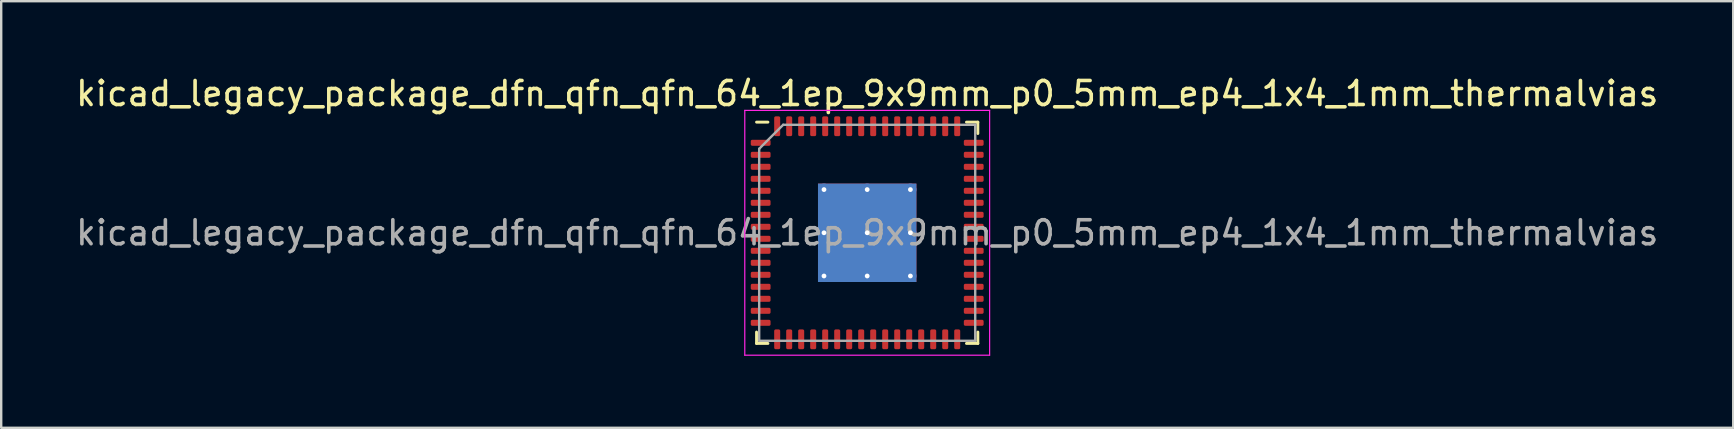
<source format=kicad_pcb>
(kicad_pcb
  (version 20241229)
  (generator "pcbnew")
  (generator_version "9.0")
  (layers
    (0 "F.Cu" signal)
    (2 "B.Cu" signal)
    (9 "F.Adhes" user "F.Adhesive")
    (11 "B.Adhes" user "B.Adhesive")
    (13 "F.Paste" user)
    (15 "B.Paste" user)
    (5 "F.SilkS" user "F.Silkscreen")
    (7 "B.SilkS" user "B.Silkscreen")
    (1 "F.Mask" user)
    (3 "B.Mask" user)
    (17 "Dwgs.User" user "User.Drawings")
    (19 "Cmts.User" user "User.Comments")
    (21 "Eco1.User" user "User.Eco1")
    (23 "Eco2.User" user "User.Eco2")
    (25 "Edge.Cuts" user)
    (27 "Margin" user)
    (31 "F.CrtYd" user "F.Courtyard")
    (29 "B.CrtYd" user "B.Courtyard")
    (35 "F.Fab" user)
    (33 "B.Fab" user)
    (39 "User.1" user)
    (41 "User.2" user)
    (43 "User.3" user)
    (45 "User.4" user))
  (footprint "kicad_legacy_package_dfn_qfn_qfn_64_1ep_9x9mm_p0_5mm_ep4_1x4_1mm_thermalvias"
    (layer "F.Cu")
    (at 33.077 6.648)
    (property "Reference" "kicad_legacy_package_dfn_qfn_qfn_64_1ep_9x9mm_p0_5mm_ep4_1x4_1mm_thermalvias" (at 0 -5.8 0) (layer "F.SilkS") (effects (font (size 1 1) (thickness 0.15))))
    (attr smd)
    (fp_line (start -4.61 4.61) (end -4.61 4.135) (stroke (width 0.12) (type solid)) (layer "F.SilkS"))
    (fp_line (start -4.135 -4.61) (end -4.61 -4.61) (stroke (width 0.12) (type solid)) (layer "F.SilkS"))
    (fp_line (start -4.135 4.61) (end -4.61 4.61) (stroke (width 0.12) (type solid)) (layer "F.SilkS"))
    (fp_line (start 4.135 -4.61) (end 4.61 -4.61) (stroke (width 0.12) (type solid)) (layer "F.SilkS"))
    (fp_line (start 4.135 4.61) (end 4.61 4.61) (stroke (width 0.12) (type solid)) (layer "F.SilkS"))
    (fp_line (start 4.61 -4.61) (end 4.61 -4.135) (stroke (width 0.12) (type solid)) (layer "F.SilkS"))
    (fp_line (start 4.61 4.61) (end 4.61 4.135) (stroke (width 0.12) (type solid)) (layer "F.SilkS"))
    (fp_line (start -5.1 -5.1) (end -5.1 5.1) (stroke (width 0.05) (type solid)) (layer "F.CrtYd"))
    (fp_line (start -5.1 5.1) (end 5.1 5.1) (stroke (width 0.05) (type solid)) (layer "F.CrtYd"))
    (fp_line (start 5.1 -5.1) (end -5.1 -5.1) (stroke (width 0.05) (type solid)) (layer "F.CrtYd"))
    (fp_line (start 5.1 5.1) (end 5.1 -5.1) (stroke (width 0.05) (type solid)) (layer "F.CrtYd"))
    (fp_line (start -4.5 -3.5) (end -3.5 -4.5) (stroke (width 0.1) (type solid)) (layer "F.Fab"))
    (fp_line (start -4.5 4.5) (end -4.5 -3.5) (stroke (width 0.1) (type solid)) (layer "F.Fab"))
    (fp_line (start -3.5 -4.5) (end 4.5 -4.5) (stroke (width 0.1) (type solid)) (layer "F.Fab"))
    (fp_line (start 4.5 -4.5) (end 4.5 4.5) (stroke (width 0.1) (type solid)) (layer "F.Fab"))
    (fp_line (start 4.5 4.5) (end -4.5 4.5) (stroke (width 0.1) (type solid)) (layer "F.Fab"))
    (fp_text user "${REFERENCE}" (at 0 0 0) (layer "F.Fab") (effects (font (size 1 1) (thickness 0.15))))
    (pad "" smd roundrect (at -0.9 -0.9) (size 1.653 1.653) (layers "F.Paste") (roundrect_rratio 0.151))
    (pad "" smd roundrect (at -0.9 0.9) (size 1.653 1.653) (layers "F.Paste") (roundrect_rratio 0.151))
    (pad "" smd roundrect (at 0.9 -0.9) (size 1.653 1.653) (layers "F.Paste") (roundrect_rratio 0.151))
    (pad "" smd roundrect (at 0.9 0.9) (size 1.653 1.653) (layers "F.Paste") (roundrect_rratio 0.151))
    (pad "1" smd roundrect (at -4.438 -3.75) (size 0.825 0.25) (layers "F.Cu" "F.Mask" "F.Paste") (roundrect_rratio 0.25))
    (pad "2" smd roundrect (at -4.438 -3.25) (size 0.825 0.25) (layers "F.Cu" "F.Mask" "F.Paste") (roundrect_rratio 0.25))
    (pad "3" smd roundrect (at -4.438 -2.75) (size 0.825 0.25) (layers "F.Cu" "F.Mask" "F.Paste") (roundrect_rratio 0.25))
    (pad "4" smd roundrect (at -4.438 -2.25) (size 0.825 0.25) (layers "F.Cu" "F.Mask" "F.Paste") (roundrect_rratio 0.25))
    (pad "5" smd roundrect (at -4.438 -1.75) (size 0.825 0.25) (layers "F.Cu" "F.Mask" "F.Paste") (roundrect_rratio 0.25))
    (pad "6" smd roundrect (at -4.438 -1.25) (size 0.825 0.25) (layers "F.Cu" "F.Mask" "F.Paste") (roundrect_rratio 0.25))
    (pad "7" smd roundrect (at -4.438 -0.75) (size 0.825 0.25) (layers "F.Cu" "F.Mask" "F.Paste") (roundrect_rratio 0.25))
    (pad "8" smd roundrect (at -4.438 -0.25) (size 0.825 0.25) (layers "F.Cu" "F.Mask" "F.Paste") (roundrect_rratio 0.25))
    (pad "9" smd roundrect (at -4.438 0.25) (size 0.825 0.25) (layers "F.Cu" "F.Mask" "F.Paste") (roundrect_rratio 0.25))
    (pad "10" smd roundrect (at -4.438 0.75) (size 0.825 0.25) (layers "F.Cu" "F.Mask" "F.Paste") (roundrect_rratio 0.25))
    (pad "11" smd roundrect (at -4.438 1.25) (size 0.825 0.25) (layers "F.Cu" "F.Mask" "F.Paste") (roundrect_rratio 0.25))
    (pad "12" smd roundrect (at -4.438 1.75) (size 0.825 0.25) (layers "F.Cu" "F.Mask" "F.Paste") (roundrect_rratio 0.25))
    (pad "13" smd roundrect (at -4.438 2.25) (size 0.825 0.25) (layers "F.Cu" "F.Mask" "F.Paste") (roundrect_rratio 0.25))
    (pad "14" smd roundrect (at -4.438 2.75) (size 0.825 0.25) (layers "F.Cu" "F.Mask" "F.Paste") (roundrect_rratio 0.25))
    (pad "15" smd roundrect (at -4.438 3.25) (size 0.825 0.25) (layers "F.Cu" "F.Mask" "F.Paste") (roundrect_rratio 0.25))
    (pad "16" smd roundrect (at -4.438 3.75) (size 0.825 0.25) (layers "F.Cu" "F.Mask" "F.Paste") (roundrect_rratio 0.25))
    (pad "17" smd roundrect (at -3.75 4.438) (size 0.25 0.825) (layers "F.Cu" "F.Mask" "F.Paste") (roundrect_rratio 0.25))
    (pad "18" smd roundrect (at -3.25 4.438) (size 0.25 0.825) (layers "F.Cu" "F.Mask" "F.Paste") (roundrect_rratio 0.25))
    (pad "19" smd roundrect (at -2.75 4.438) (size 0.25 0.825) (layers "F.Cu" "F.Mask" "F.Paste") (roundrect_rratio 0.25))
    (pad "20" smd roundrect (at -2.25 4.438) (size 0.25 0.825) (layers "F.Cu" "F.Mask" "F.Paste") (roundrect_rratio 0.25))
    (pad "21" smd roundrect (at -1.75 4.438) (size 0.25 0.825) (layers "F.Cu" "F.Mask" "F.Paste") (roundrect_rratio 0.25))
    (pad "22" smd roundrect (at -1.25 4.438) (size 0.25 0.825) (layers "F.Cu" "F.Mask" "F.Paste") (roundrect_rratio 0.25))
    (pad "23" smd roundrect (at -0.75 4.438) (size 0.25 0.825) (layers "F.Cu" "F.Mask" "F.Paste") (roundrect_rratio 0.25))
    (pad "24" smd roundrect (at -0.25 4.438) (size 0.25 0.825) (layers "F.Cu" "F.Mask" "F.Paste") (roundrect_rratio 0.25))
    (pad "25" smd roundrect (at 0.25 4.438) (size 0.25 0.825) (layers "F.Cu" "F.Mask" "F.Paste") (roundrect_rratio 0.25))
    (pad "26" smd roundrect (at 0.75 4.438) (size 0.25 0.825) (layers "F.Cu" "F.Mask" "F.Paste") (roundrect_rratio 0.25))
    (pad "27" smd roundrect (at 1.25 4.438) (size 0.25 0.825) (layers "F.Cu" "F.Mask" "F.Paste") (roundrect_rratio 0.25))
    (pad "28" smd roundrect (at 1.75 4.438) (size 0.25 0.825) (layers "F.Cu" "F.Mask" "F.Paste") (roundrect_rratio 0.25))
    (pad "29" smd roundrect (at 2.25 4.438) (size 0.25 0.825) (layers "F.Cu" "F.Mask" "F.Paste") (roundrect_rratio 0.25))
    (pad "30" smd roundrect (at 2.75 4.438) (size 0.25 0.825) (layers "F.Cu" "F.Mask" "F.Paste") (roundrect_rratio 0.25))
    (pad "31" smd roundrect (at 3.25 4.438) (size 0.25 0.825) (layers "F.Cu" "F.Mask" "F.Paste") (roundrect_rratio 0.25))
    (pad "32" smd roundrect (at 3.75 4.438) (size 0.25 0.825) (layers "F.Cu" "F.Mask" "F.Paste") (roundrect_rratio 0.25))
    (pad "33" smd roundrect (at 4.438 3.75) (size 0.825 0.25) (layers "F.Cu" "F.Mask" "F.Paste") (roundrect_rratio 0.25))
    (pad "34" smd roundrect (at 4.438 3.25) (size 0.825 0.25) (layers "F.Cu" "F.Mask" "F.Paste") (roundrect_rratio 0.25))
    (pad "35" smd roundrect (at 4.438 2.75) (size 0.825 0.25) (layers "F.Cu" "F.Mask" "F.Paste") (roundrect_rratio 0.25))
    (pad "36" smd roundrect (at 4.438 2.25) (size 0.825 0.25) (layers "F.Cu" "F.Mask" "F.Paste") (roundrect_rratio 0.25))
    (pad "37" smd roundrect (at 4.438 1.75) (size 0.825 0.25) (layers "F.Cu" "F.Mask" "F.Paste") (roundrect_rratio 0.25))
    (pad "38" smd roundrect (at 4.438 1.25) (size 0.825 0.25) (layers "F.Cu" "F.Mask" "F.Paste") (roundrect_rratio 0.25))
    (pad "39" smd roundrect (at 4.438 0.75) (size 0.825 0.25) (layers "F.Cu" "F.Mask" "F.Paste") (roundrect_rratio 0.25))
    (pad "40" smd roundrect (at 4.438 0.25) (size 0.825 0.25) (layers "F.Cu" "F.Mask" "F.Paste") (roundrect_rratio 0.25))
    (pad "41" smd roundrect (at 4.438 -0.25) (size 0.825 0.25) (layers "F.Cu" "F.Mask" "F.Paste") (roundrect_rratio 0.25))
    (pad "42" smd roundrect (at 4.438 -0.75) (size 0.825 0.25) (layers "F.Cu" "F.Mask" "F.Paste") (roundrect_rratio 0.25))
    (pad "43" smd roundrect (at 4.438 -1.25) (size 0.825 0.25) (layers "F.Cu" "F.Mask" "F.Paste") (roundrect_rratio 0.25))
    (pad "44" smd roundrect (at 4.438 -1.75) (size 0.825 0.25) (layers "F.Cu" "F.Mask" "F.Paste") (roundrect_rratio 0.25))
    (pad "45" smd roundrect (at 4.438 -2.25) (size 0.825 0.25) (layers "F.Cu" "F.Mask" "F.Paste") (roundrect_rratio 0.25))
    (pad "46" smd roundrect (at 4.438 -2.75) (size 0.825 0.25) (layers "F.Cu" "F.Mask" "F.Paste") (roundrect_rratio 0.25))
    (pad "47" smd roundrect (at 4.438 -3.25) (size 0.825 0.25) (layers "F.Cu" "F.Mask" "F.Paste") (roundrect_rratio 0.25))
    (pad "48" smd roundrect (at 4.438 -3.75) (size 0.825 0.25) (layers "F.Cu" "F.Mask" "F.Paste") (roundrect_rratio 0.25))
    (pad "49" smd roundrect (at 3.75 -4.438) (size 0.25 0.825) (layers "F.Cu" "F.Mask" "F.Paste") (roundrect_rratio 0.25))
    (pad "50" smd roundrect (at 3.25 -4.438) (size 0.25 0.825) (layers "F.Cu" "F.Mask" "F.Paste") (roundrect_rratio 0.25))
    (pad "51" smd roundrect (at 2.75 -4.438) (size 0.25 0.825) (layers "F.Cu" "F.Mask" "F.Paste") (roundrect_rratio 0.25))
    (pad "52" smd roundrect (at 2.25 -4.438) (size 0.25 0.825) (layers "F.Cu" "F.Mask" "F.Paste") (roundrect_rratio 0.25))
    (pad "53" smd roundrect (at 1.75 -4.438) (size 0.25 0.825) (layers "F.Cu" "F.Mask" "F.Paste") (roundrect_rratio 0.25))
    (pad "54" smd roundrect (at 1.25 -4.438) (size 0.25 0.825) (layers "F.Cu" "F.Mask" "F.Paste") (roundrect_rratio 0.25))
    (pad "55" smd roundrect (at 0.75 -4.438) (size 0.25 0.825) (layers "F.Cu" "F.Mask" "F.Paste") (roundrect_rratio 0.25))
    (pad "56" smd roundrect (at 0.25 -4.438) (size 0.25 0.825) (layers "F.Cu" "F.Mask" "F.Paste") (roundrect_rratio 0.25))
    (pad "57" smd roundrect (at -0.25 -4.438) (size 0.25 0.825) (layers "F.Cu" "F.Mask" "F.Paste") (roundrect_rratio 0.25))
    (pad "58" smd roundrect (at -0.75 -4.438) (size 0.25 0.825) (layers "F.Cu" "F.Mask" "F.Paste") (roundrect_rratio 0.25))
    (pad "59" smd roundrect (at -1.25 -4.438) (size 0.25 0.825) (layers "F.Cu" "F.Mask" "F.Paste") (roundrect_rratio 0.25))
    (pad "60" smd roundrect (at -1.75 -4.438) (size 0.25 0.825) (layers "F.Cu" "F.Mask" "F.Paste") (roundrect_rratio 0.25))
    (pad "61" smd roundrect (at -2.25 -4.438) (size 0.25 0.825) (layers "F.Cu" "F.Mask" "F.Paste") (roundrect_rratio 0.25))
    (pad "62" smd roundrect (at -2.75 -4.438) (size 0.25 0.825) (layers "F.Cu" "F.Mask" "F.Paste") (roundrect_rratio 0.25))
    (pad "63" smd roundrect (at -3.25 -4.438) (size 0.25 0.825) (layers "F.Cu" "F.Mask" "F.Paste") (roundrect_rratio 0.25))
    (pad "64" smd roundrect (at -3.75 -4.438) (size 0.25 0.825) (layers "F.Cu" "F.Mask" "F.Paste") (roundrect_rratio 0.25))
    (pad "65" thru_hole circle (at -1.8 -1.8) (size 0.5 0.5) (drill 0.2) (layers "*.Cu"))
    (pad "65" thru_hole circle (at -1.8 0) (size 0.5 0.5) (drill 0.2) (layers "*.Cu"))
    (pad "65" thru_hole circle (at -1.8 1.8) (size 0.5 0.5) (drill 0.2) (layers "*.Cu"))
    (pad "65" thru_hole circle (at 0 -1.8) (size 0.5 0.5) (drill 0.2) (layers "*.Cu"))
    (pad "65" thru_hole circle (at 0 0) (size 0.5 0.5) (drill 0.2) (layers "*.Cu"))
    (pad "65" smd rect (at 0 0) (size 4.1 4.1) (layers "F.Cu" "F.Mask"))
    (pad "65" smd rect (at 0 0) (size 4.1 4.1) (layers "B.Cu"))
    (pad "65" thru_hole circle (at 0 1.8) (size 0.5 0.5) (drill 0.2) (layers "*.Cu"))
    (pad "65" thru_hole circle (at 1.8 -1.8) (size 0.5 0.5) (drill 0.2) (layers "*.Cu"))
    (pad "65" thru_hole circle (at 1.8 0) (size 0.5 0.5) (drill 0.2) (layers "*.Cu"))
    (pad "65" thru_hole circle (at 1.8 1.8) (size 0.5 0.5) (drill 0.2) (layers "*.Cu")))
  (gr_rect
    (start -3 -3)
    (end 69.155 14.773)
    (stroke (width 0.1) (type default))
    (fill no)
    (layer "Edge.Cuts")))
</source>
